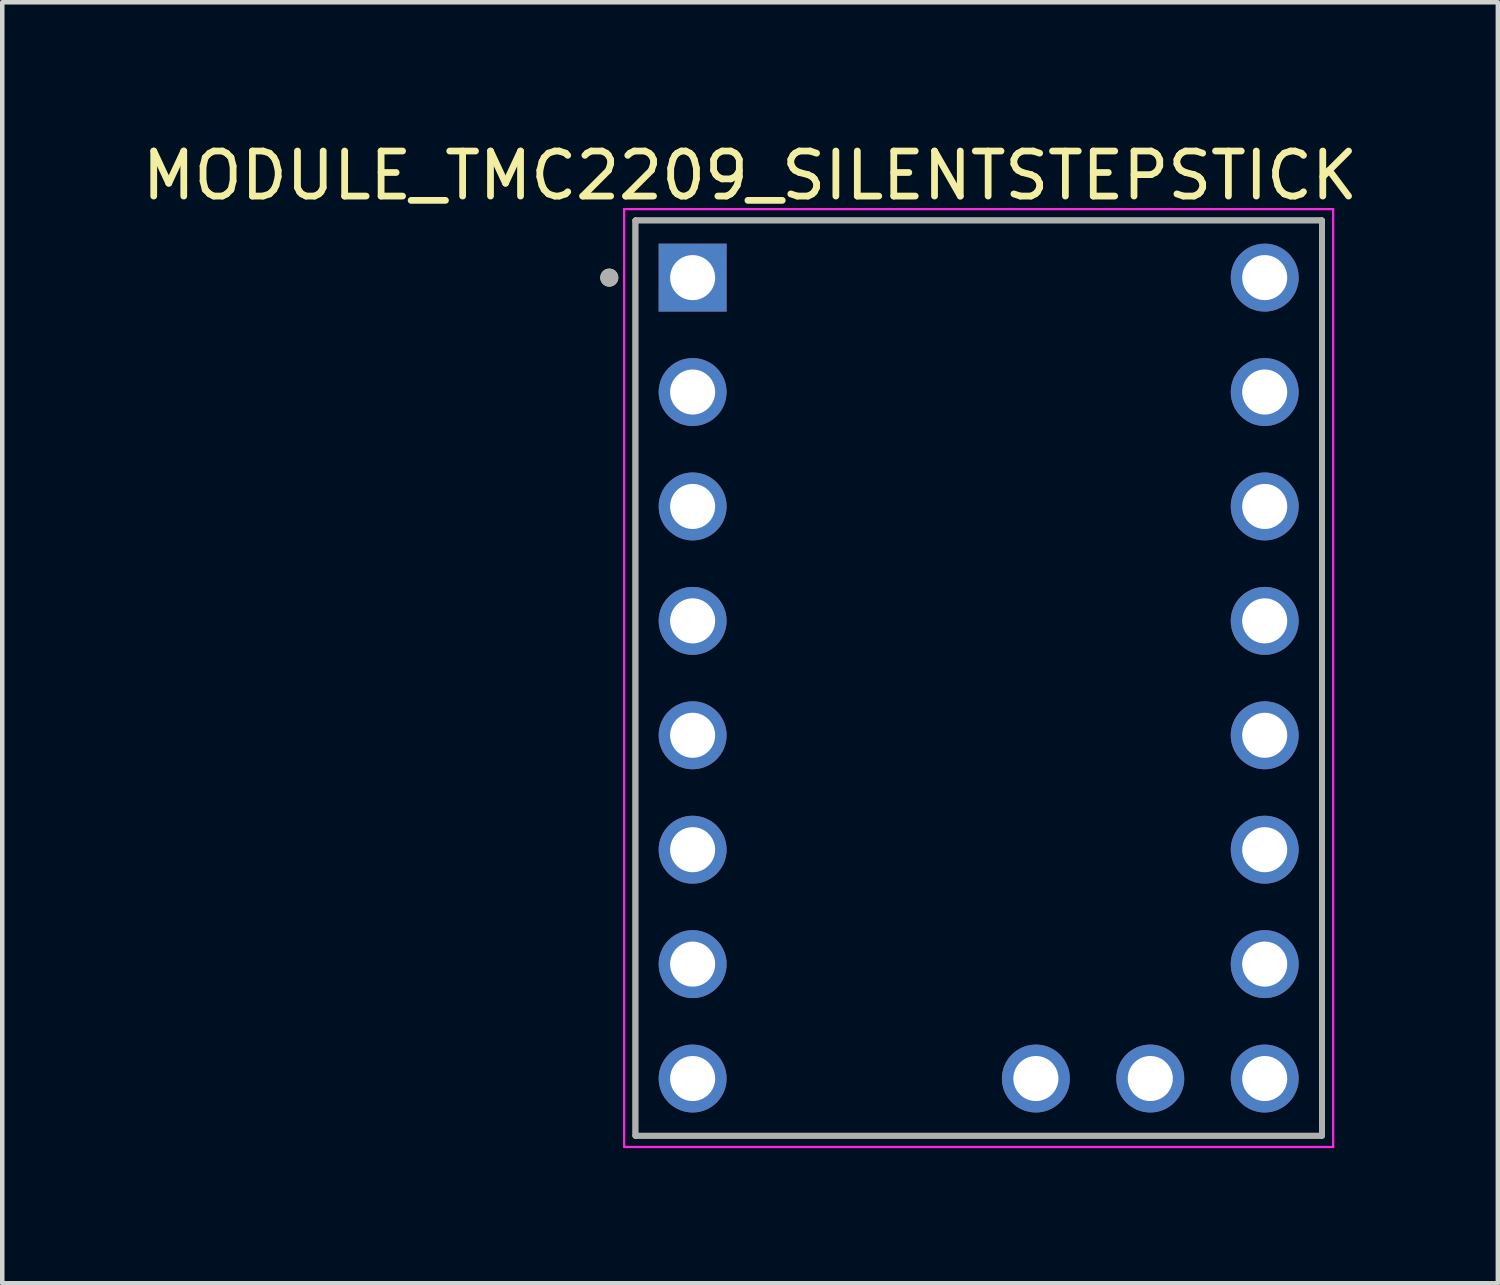
<source format=kicad_pcb>
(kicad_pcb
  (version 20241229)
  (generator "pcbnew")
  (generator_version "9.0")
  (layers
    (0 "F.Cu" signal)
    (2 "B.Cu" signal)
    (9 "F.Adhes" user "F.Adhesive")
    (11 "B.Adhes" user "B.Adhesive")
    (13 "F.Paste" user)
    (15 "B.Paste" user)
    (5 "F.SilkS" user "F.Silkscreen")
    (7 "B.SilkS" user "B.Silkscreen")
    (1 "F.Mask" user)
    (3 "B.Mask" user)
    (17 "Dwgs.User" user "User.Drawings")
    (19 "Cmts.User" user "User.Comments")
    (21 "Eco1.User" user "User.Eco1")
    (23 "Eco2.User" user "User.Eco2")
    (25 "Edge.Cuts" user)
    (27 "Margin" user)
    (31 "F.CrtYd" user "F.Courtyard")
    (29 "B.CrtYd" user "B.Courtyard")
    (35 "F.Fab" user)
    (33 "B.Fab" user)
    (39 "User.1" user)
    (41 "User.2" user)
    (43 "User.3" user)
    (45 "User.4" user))
  (footprint "MODULE_TMC2209_SILENTSTEPSTICK"
    (layer "F.Cu")
    (at 18.676 12.003)
    (property "Reference" "MODULE_TMC2209_SILENTSTEPSTICK" (at -5.075 -11.155 0) (layer "F.SilkS") (effects (font (size 1 1) (thickness 0.15))))
    (attr through_hole)
    (fp_line (start -7.62 -10.16) (end 7.62 -10.16) (stroke (width 0.127) (type solid)) (layer "F.SilkS"))
    (fp_line (start -7.62 10.16) (end -7.62 -10.16) (stroke (width 0.127) (type solid)) (layer "F.SilkS"))
    (fp_line (start 7.62 -10.16) (end 7.62 10.16) (stroke (width 0.127) (type solid)) (layer "F.SilkS"))
    (fp_line (start 7.62 10.16) (end -7.62 10.16) (stroke (width 0.127) (type solid)) (layer "F.SilkS"))
    (fp_circle (center -8.2 -8.89) (end -8.1 -8.89) (stroke (width 0.2) (type solid)) (fill no) (layer "F.SilkS"))
    (fp_line (start -7.87 -10.41) (end 7.87 -10.41) (stroke (width 0.05) (type solid)) (layer "F.CrtYd"))
    (fp_line (start -7.87 10.41) (end -7.87 -10.41) (stroke (width 0.05) (type solid)) (layer "F.CrtYd"))
    (fp_line (start 7.87 -10.41) (end 7.87 10.41) (stroke (width 0.05) (type solid)) (layer "F.CrtYd"))
    (fp_line (start 7.87 10.41) (end -7.87 10.41) (stroke (width 0.05) (type solid)) (layer "F.CrtYd"))
    (fp_line (start -7.62 -10.16) (end 7.62 -10.16) (stroke (width 0.127) (type solid)) (layer "F.Fab"))
    (fp_line (start -7.62 10.16) (end -7.62 -10.16) (stroke (width 0.127) (type solid)) (layer "F.Fab"))
    (fp_line (start 7.62 -10.16) (end 7.62 10.16) (stroke (width 0.127) (type solid)) (layer "F.Fab"))
    (fp_line (start 7.62 10.16) (end -7.62 10.16) (stroke (width 0.127) (type solid)) (layer "F.Fab"))
    (fp_circle (center -8.2 -8.89) (end -8.1 -8.89) (stroke (width 0.2) (type solid)) (fill no) (layer "F.Fab"))
    (pad "1" thru_hole circle (at 6.35 8.89) (size 1.508 1.508) (drill 1) (layers "*.Cu" "*.Mask"))
    (pad "2" thru_hole circle (at 6.35 6.35) (size 1.508 1.508) (drill 1) (layers "*.Cu" "*.Mask"))
    (pad "3" thru_hole circle (at 6.35 3.81) (size 1.508 1.508) (drill 1) (layers "*.Cu" "*.Mask"))
    (pad "4" thru_hole circle (at 6.35 1.27) (size 1.508 1.508) (drill 1) (layers "*.Cu" "*.Mask"))
    (pad "5" thru_hole circle (at 6.35 -1.27) (size 1.508 1.508) (drill 1) (layers "*.Cu" "*.Mask"))
    (pad "6" thru_hole circle (at 6.35 -3.81) (size 1.508 1.508) (drill 1) (layers "*.Cu" "*.Mask"))
    (pad "7" thru_hole circle (at 6.35 -6.35) (size 1.508 1.508) (drill 1) (layers "*.Cu" "*.Mask"))
    (pad "8" thru_hole circle (at 6.35 -8.89) (size 1.508 1.508) (drill 1) (layers "*.Cu" "*.Mask"))
    (pad "9" thru_hole rect (at -6.35 -8.89) (size 1.508 1.508) (drill 1) (layers "*.Cu" "*.Mask"))
    (pad "10" thru_hole circle (at -6.35 -6.35) (size 1.508 1.508) (drill 1) (layers "*.Cu" "*.Mask"))
    (pad "11" thru_hole circle (at -6.35 -3.81) (size 1.508 1.508) (drill 1) (layers "*.Cu" "*.Mask"))
    (pad "12" thru_hole circle (at -6.35 -1.27) (size 1.508 1.508) (drill 1) (layers "*.Cu" "*.Mask"))
    (pad "13" thru_hole circle (at -6.35 1.27) (size 1.508 1.508) (drill 1) (layers "*.Cu" "*.Mask"))
    (pad "14" thru_hole circle (at -6.35 3.81) (size 1.508 1.508) (drill 1) (layers "*.Cu" "*.Mask"))
    (pad "15" thru_hole circle (at -6.35 6.35) (size 1.508 1.508) (drill 1) (layers "*.Cu" "*.Mask"))
    (pad "16" thru_hole circle (at -6.35 8.89) (size 1.508 1.508) (drill 1) (layers "*.Cu" "*.Mask"))
    (pad "17" thru_hole circle (at 1.27 8.89) (size 1.508 1.508) (drill 1) (layers "*.Cu" "*.Mask"))
    (pad "18" thru_hole circle (at 3.81 8.89) (size 1.508 1.508) (drill 1) (layers "*.Cu" "*.Mask")))
  (gr_rect
    (start -3 -3)
    (end 30.202 25.438)
    (stroke (width 0.1) (type default))
    (fill no)
    (layer "Edge.Cuts")))
</source>
